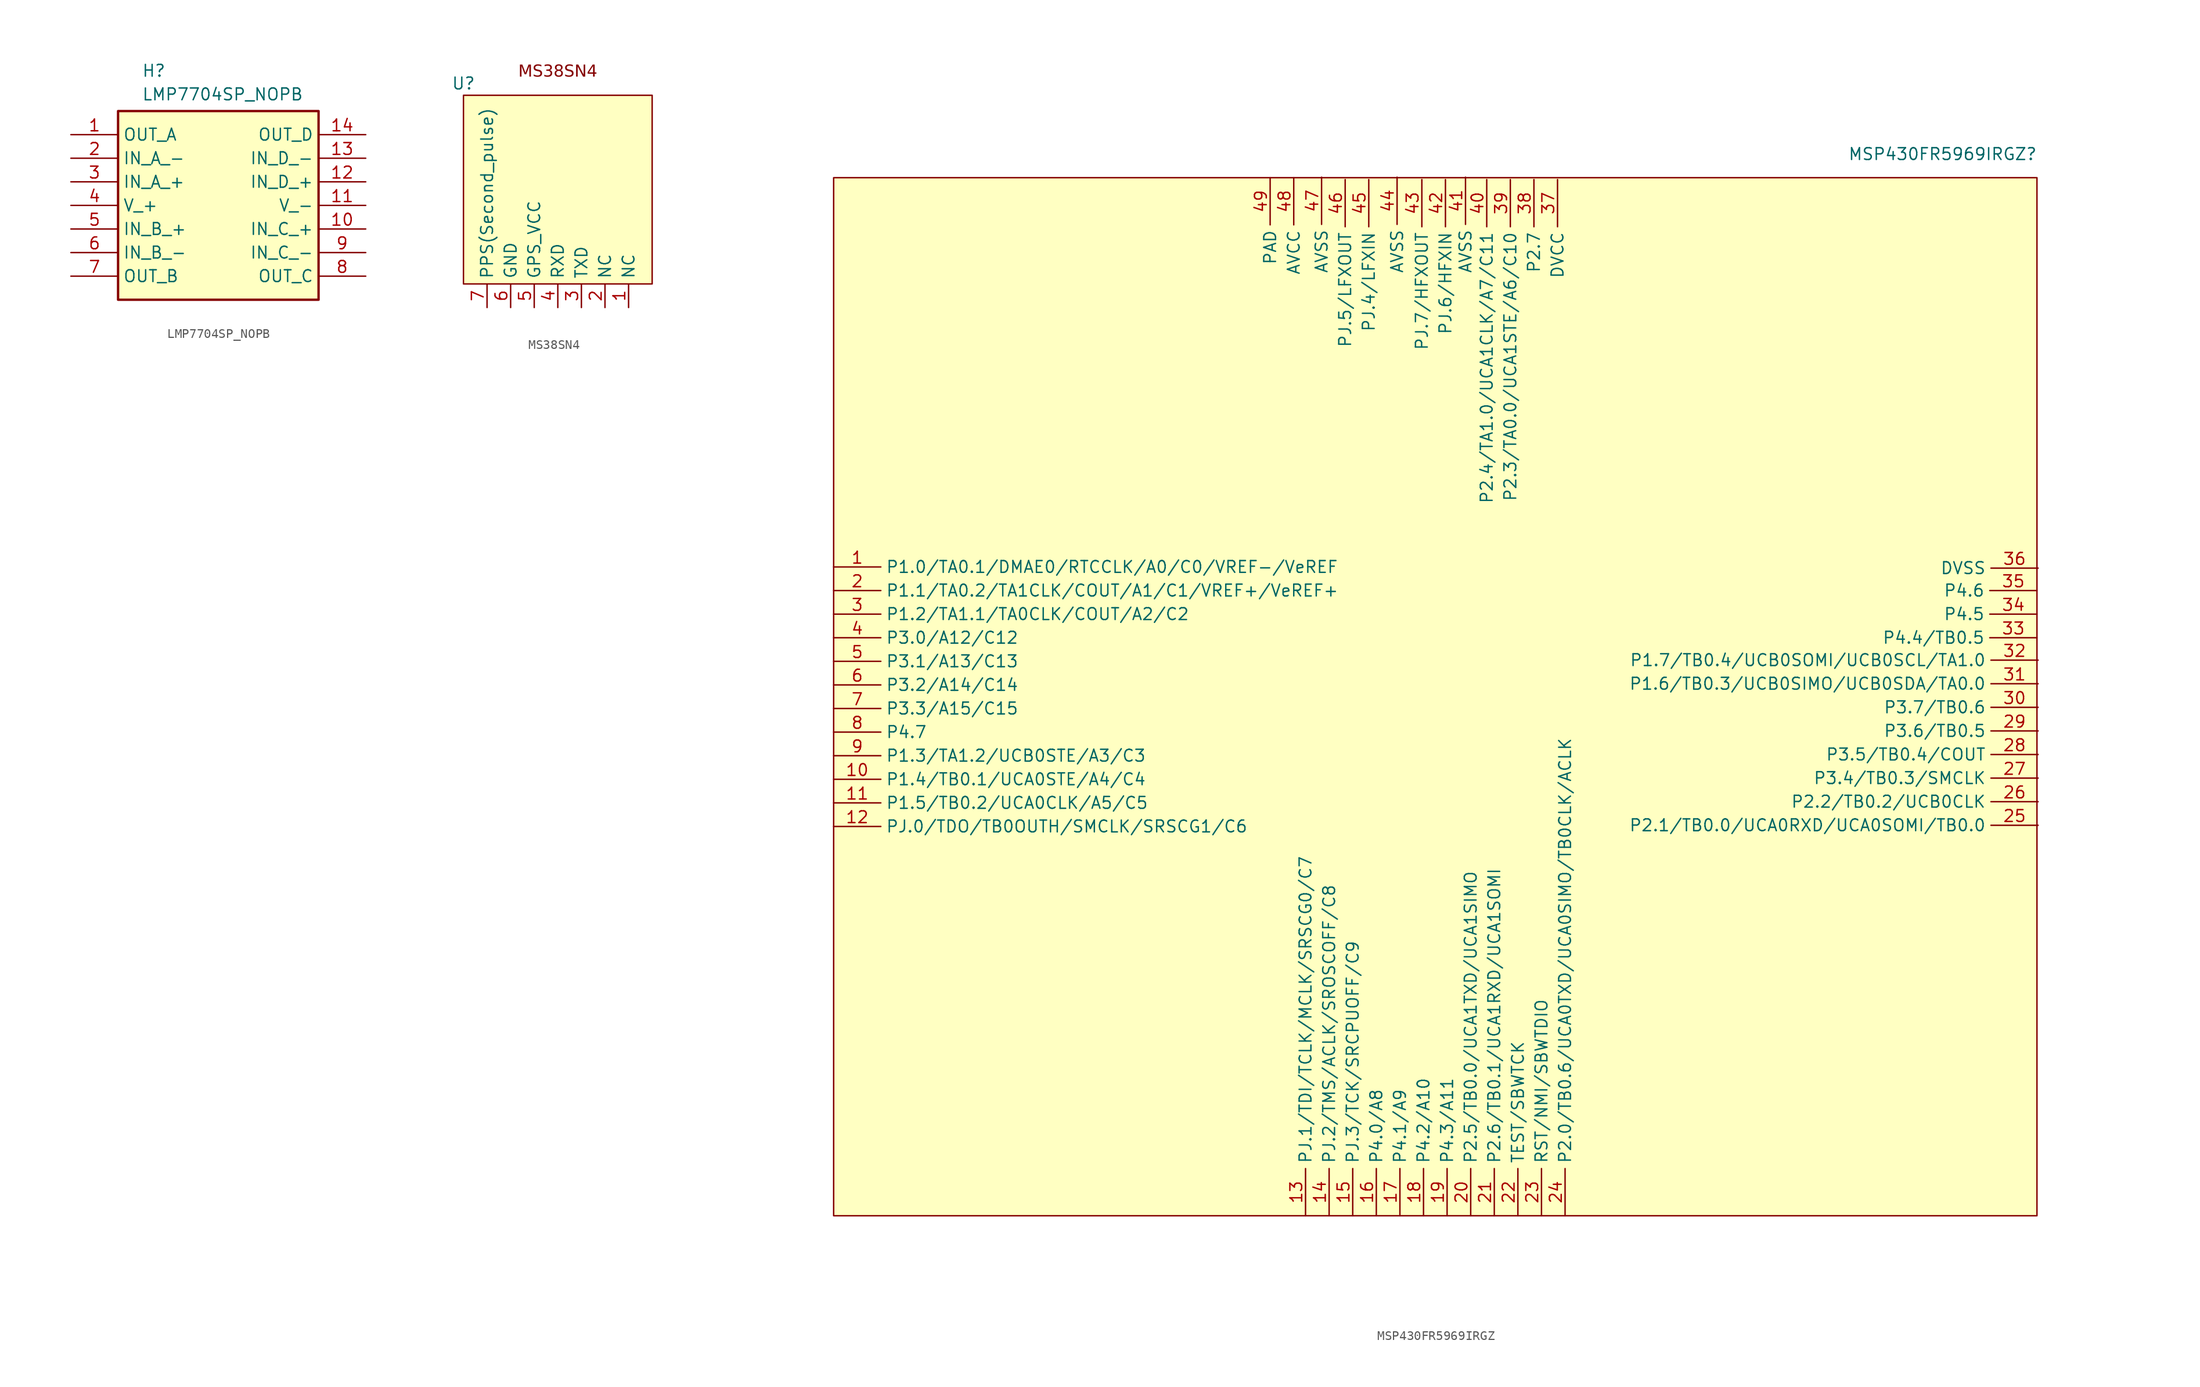
<source format=kicad_sym>
(kicad_symbol_lib
  (version 20220914)
  (generator kicad_symbol_editor)
  (symbol "LMP7704SP_NOPB"
    (property "Reference" "H"
      (at -7.62 15.24 0)
      (effects (font (size 1.27 1.27)) (justify left top)))
    (property "Value" "LMP7704SP_NOPB"
      (at -7.62 12.7 0)
      (effects (font (size 1.27 1.27)) (justify left top)))
    (symbol "LMP7704SP_NOPB_1_1"
      (rectangle (start -10.16 10.16) (end 11.43 -10.16) (stroke (width 0.254) (type default)) (fill (type background)))
      (pin passive line (at -15.24 7.62 0) (length 5.08) (name "OUT_A" (effects (font (size 1.27 1.27)))) (number "1" (effects (font (size 1.27 1.27)))))
      (pin passive line (at 16.51 -2.54 180) (length 5.08) (name "IN_C_+" (effects (font (size 1.27 1.27)))) (number "10" (effects (font (size 1.27 1.27)))))
      (pin passive line (at 16.51 0 180) (length 5.08) (name "V_-" (effects (font (size 1.27 1.27)))) (number "11" (effects (font (size 1.27 1.27)))))
      (pin passive line (at 16.51 2.54 180) (length 5.08) (name "IN_D_+" (effects (font (size 1.27 1.27)))) (number "12" (effects (font (size 1.27 1.27)))))
      (pin passive line (at 16.51 5.08 180) (length 5.08) (name "IN_D_-" (effects (font (size 1.27 1.27)))) (number "13" (effects (font (size 1.27 1.27)))))
      (pin passive line (at 16.51 7.62 180) (length 5.08) (name "OUT_D" (effects (font (size 1.27 1.27)))) (number "14" (effects (font (size 1.27 1.27)))))
      (pin passive line (at -15.24 5.08 0) (length 5.08) (name "IN_A_-" (effects (font (size 1.27 1.27)))) (number "2" (effects (font (size 1.27 1.27)))))
      (pin passive line (at -15.24 2.54 0) (length 5.08) (name "IN_A_+" (effects (font (size 1.27 1.27)))) (number "3" (effects (font (size 1.27 1.27)))))
      (pin passive line (at -15.24 0 0) (length 5.08) (name "V_+" (effects (font (size 1.27 1.27)))) (number "4" (effects (font (size 1.27 1.27)))))
      (pin passive line (at -15.24 -2.54 0) (length 5.08) (name "IN_B_+" (effects (font (size 1.27 1.27)))) (number "5" (effects (font (size 1.27 1.27)))))
      (pin passive line (at -15.24 -5.08 0) (length 5.08) (name "IN_B_-" (effects (font (size 1.27 1.27)))) (number "6" (effects (font (size 1.27 1.27)))))
      (pin passive line (at -15.24 -7.62 0) (length 5.08) (name "OUT_B" (effects (font (size 1.27 1.27)))) (number "7" (effects (font (size 1.27 1.27)))))
      (pin passive line (at 16.51 -7.62 180) (length 5.08) (name "OUT_C" (effects (font (size 1.27 1.27)))) (number "8" (effects (font (size 1.27 1.27)))))
      (pin passive line (at 16.51 -5.08 180) (length 5.08) (name "IN_C_-" (effects (font (size 1.27 1.27)))) (number "9" (effects (font (size 1.27 1.27)))))))
  (symbol "MS38SN4"
    (property "Reference" "U"
      (at -10.16 11.43 0)
      (effects (font (size 1.27 1.27))))
    (property "Value" ""
      (at -6.35 3.81 0)
      (effects (font (size 1.27 1.27))))
    (symbol "MS38SN4_0_0"
      (text "" (at -2.54 -7.62 0) (effects (font (size 1.27 1.27)))))
    (symbol "MS38SN4_1_1"
      (rectangle (start -10.16 10.16) (end 10.16 -10.16) (stroke (width 0) (type default)) (fill (type background)))
      (text "MS38SN4" (at 0 12.7 0) (effects (font (face "Verdana") (size 1.27 1.27))))
      (pin passive line (at 7.62 -12.7 90) (length 2.54) (name "NC" (effects (font (size 1.27 1.27)))) (number "1" (effects (font (size 1.27 1.27)))))
      (pin passive line (at 5.08 -12.7 90) (length 2.54) (name "NC" (effects (font (size 1.27 1.27)))) (number "2" (effects (font (size 1.27 1.27)))))
      (pin output line (at 2.54 -12.7 90) (length 2.54) (name "TXD" (effects (font (size 1.27 1.27)))) (number "3" (effects (font (size 1.27 1.27)))))
      (pin input line (at 0 -12.7 90) (length 2.54) (name "RXD" (effects (font (size 1.27 1.27)))) (number "4" (effects (font (size 1.27 1.27)))))
      (pin power_in line (at -2.54 -12.7 90) (length 2.54) (name "GPS_VCC" (effects (font (size 1.27 1.27)))) (number "5" (effects (font (size 1.27 1.27)))))
      (pin passive line (at -5.08 -12.7 90) (length 2.54) (name "GND" (effects (font (size 1.27 1.27)))) (number "6" (effects (font (size 1.27 1.27)))))
      (pin passive line (at -7.62 -12.7 90) (length 2.54) (name "PPS(Second_pulse)" (effects (font (size 1.27 1.27)))) (number "7" (effects (font (size 1.27 1.27)))))))
  (symbol "MSP430FR5969IRGZ"
    (property "Reference" "MSP430FR5969IRGZ"
      (at 57.15 58.42 0)
      (effects (font (size 1.27 1.27))))
    (property "Value" ""
      (at 10.16 16.51 0)
      (effects (font (size 1.27 1.27))))
    (symbol "MSP430FR5969IRGZ_1_1"
      (rectangle (start -62.23 55.88) (end 67.31 -55.88) (stroke (width 0) (type default)) (fill (type background)))
      (pin passive line (at -62.23 13.97 0) (length 5.08) (name "P1.0/TA0.1/DMAE0/RTCCLK/A0/C0/VREF-/VeREF" (effects (font (size 1.27 1.27)))) (number "1" (effects (font (size 1.27 1.27)))))
      (pin passive line (at -62.23 -8.89 0) (length 5.08) (name "P1.4/TB0.1/UCA0STE/A4/C4" (effects (font (size 1.27 1.27)))) (number "10" (effects (font (size 1.27 1.27)))))
      (pin passive line (at -62.23 -11.43 0) (length 5.08) (name "P1.5/TB0.2/UCA0CLK/A5/C5" (effects (font (size 1.27 1.27)))) (number "11" (effects (font (size 1.27 1.27)))))
      (pin passive line (at -62.23 -13.97 0) (length 5.08) (name "PJ.0/TDO/TB0OUTH/SMCLK/SRSCG1/C6" (effects (font (size 1.27 1.27)))) (number "12" (effects (font (size 1.27 1.27)))))
      (pin passive line (at -11.43 -55.88 90) (length 5.08) (name "PJ.1/TDI/TCLK/MCLK/SRSCG0/C7" (effects (font (size 1.27 1.27)))) (number "13" (effects (font (size 1.27 1.27)))))
      (pin passive line (at -8.89 -55.88 90) (length 5.08) (name "PJ.2/TMS/ACLK/SROSCOFF/C8" (effects (font (size 1.27 1.27)))) (number "14" (effects (font (size 1.27 1.27)))))
      (pin passive line (at -6.35 -55.88 90) (length 5.08) (name "PJ.3/TCK/SRCPUOFF/C9" (effects (font (size 1.27 1.27)))) (number "15" (effects (font (size 1.27 1.27)))))
      (pin passive line (at -3.81 -55.88 90) (length 5.08) (name "P4.0/A8" (effects (font (size 1.27 1.27)))) (number "16" (effects (font (size 1.27 1.27)))))
      (pin passive line (at -1.27 -55.88 90) (length 5.08) (name "P4.1/A9" (effects (font (size 1.27 1.27)))) (number "17" (effects (font (size 1.27 1.27)))))
      (pin passive line (at 1.27 -55.88 90) (length 5.08) (name "P4.2/A10" (effects (font (size 1.27 1.27)))) (number "18" (effects (font (size 1.27 1.27)))))
      (pin passive line (at 3.81 -55.88 90) (length 5.08) (name "P4.3/A11" (effects (font (size 1.27 1.27)))) (number "19" (effects (font (size 1.27 1.27)))))
      (pin passive line (at -62.23 11.43 0) (length 5.08) (name "P1.1/TA0.2/TA1CLK/COUT/A1/C1/VREF+/VeREF+" (effects (font (size 1.27 1.27)))) (number "2" (effects (font (size 1.27 1.27)))))
      (pin passive line (at 6.35 -55.88 90) (length 5.08) (name "P2.5/TB0.0/UCA1TXD/UCA1SIMO" (effects (font (size 1.27 1.27)))) (number "20" (effects (font (size 1.27 1.27)))))
      (pin passive line (at 8.89 -55.88 90) (length 5.08) (name "P2.6/TB0.1/UCA1RXD/UCA1SOMI" (effects (font (size 1.27 1.27)))) (number "21" (effects (font (size 1.27 1.27)))))
      (pin passive line (at 11.43 -55.88 90) (length 5.08) (name "TEST/SBWTCK" (effects (font (size 1.27 1.27)))) (number "22" (effects (font (size 1.27 1.27)))))
      (pin passive line (at 13.97 -55.88 90) (length 5.08) (name "RST/NMI/SBWTDIO" (effects (font (size 1.27 1.27)))) (number "23" (effects (font (size 1.27 1.27)))))
      (pin passive line (at 16.51 -55.88 90) (length 5.08) (name "P2.0/TB0.6/UCA0TXD/UCA0SIMO/TB0CLK/ACLK" (effects (font (size 1.27 1.27)))) (number "24" (effects (font (size 1.27 1.27)))))
      (pin passive line (at 67.437 -13.843 180) (length 5.08) (name "P2.1/TB0.0/UCA0RXD/UCA0SOMI/TB0.0" (effects (font (size 1.27 1.27)))) (number "25" (effects (font (size 1.27 1.27)))))
      (pin passive line (at 67.437 -11.303 180) (length 5.08) (name "P2.2/TB0.2/UCB0CLK" (effects (font (size 1.27 1.27)))) (number "26" (effects (font (size 1.27 1.27)))))
      (pin passive line (at 67.437 -8.763 180) (length 5.08) (name "P3.4/TB0.3/SMCLK" (effects (font (size 1.27 1.27)))) (number "27" (effects (font (size 1.27 1.27)))))
      (pin passive line (at 67.437 -6.223 180) (length 5.08) (name "P3.5/TB0.4/COUT" (effects (font (size 1.27 1.27)))) (number "28" (effects (font (size 1.27 1.27)))))
      (pin passive line (at 67.437 -3.683 180) (length 5.08) (name "P3.6/TB0.5" (effects (font (size 1.27 1.27)))) (number "29" (effects (font (size 1.27 1.27)))))
      (pin passive line (at -62.23 8.89 0) (length 5.08) (name "P1.2/TA1.1/TA0CLK/COUT/A2/C2" (effects (font (size 1.27 1.27)))) (number "3" (effects (font (size 1.27 1.27)))))
      (pin passive line (at 67.437 -1.143 180) (length 5.08) (name "P3.7/TB0.6" (effects (font (size 1.27 1.27)))) (number "30" (effects (font (size 1.27 1.27)))))
      (pin passive line (at 67.437 1.397 180) (length 5.08) (name "P1.6/TB0.3/UCB0SIMO/UCB0SDA/TA0.0" (effects (font (size 1.27 1.27)))) (number "31" (effects (font (size 1.27 1.27)))))
      (pin passive line (at 67.437 3.937 180) (length 5.08) (name "P1.7/TB0.4/UCB0SOMI/UCB0SCL/TA1.0" (effects (font (size 1.27 1.27)))) (number "32" (effects (font (size 1.27 1.27)))))
      (pin passive line (at 67.31 6.35 180) (length 5.08) (name "P4.4/TB0.5" (effects (font (size 1.27 1.27)))) (number "33" (effects (font (size 1.27 1.27)))))
      (pin passive line (at 67.31 8.89 180) (length 5.08) (name "P4.5" (effects (font (size 1.27 1.27)))) (number "34" (effects (font (size 1.27 1.27)))))
      (pin passive line (at 67.31 11.43 180) (length 5.08) (name "P4.6" (effects (font (size 1.27 1.27)))) (number "35" (effects (font (size 1.27 1.27)))))
      (pin passive line (at 67.437 13.843 180) (length 5.08) (name "DVSS" (effects (font (size 1.27 1.27)))) (number "36" (effects (font (size 1.27 1.27)))))
      (pin passive line (at 15.697 55.677 270) (length 5.08) (name "DVCC" (effects (font (size 1.27 1.27)))) (number "37" (effects (font (size 1.27 1.27)))))
      (pin passive line (at 13.157 55.677 270) (length 5.08) (name "P2.7" (effects (font (size 1.27 1.27)))) (number "38" (effects (font (size 1.27 1.27)))))
      (pin passive line (at 10.617 55.677 270) (length 5.08) (name "P2.3/TA0.0/UCA1STE/A6/C10" (effects (font (size 1.27 1.27)))) (number "39" (effects (font (size 1.27 1.27)))))
      (pin passive line (at -62.23 6.35 0) (length 5.08) (name "P3.0/A12/C12" (effects (font (size 1.27 1.27)))) (number "4" (effects (font (size 1.27 1.27)))))
      (pin passive line (at 8.077 55.677 270) (length 5.08) (name "P2.4/TA1.0/UCA1CLK/A7/C11" (effects (font (size 1.27 1.27)))) (number "40" (effects (font (size 1.27 1.27)))))
      (pin passive line (at 5.791 55.931 270) (length 5.08) (name "AVSS" (effects (font (size 1.27 1.27)))) (number "41" (effects (font (size 1.27 1.27)))))
      (pin passive line (at 3.632 55.677 270) (length 5.08) (name "PJ.6/HFXIN" (effects (font (size 1.27 1.27)))) (number "42" (effects (font (size 1.27 1.27)))))
      (pin passive line (at 1.092 55.677 270) (length 5.08) (name "PJ.7/HFXOUT" (effects (font (size 1.27 1.27)))) (number "43" (effects (font (size 1.27 1.27)))))
      (pin passive line (at -1.575 55.931 270) (length 5.08) (name "AVSS" (effects (font (size 1.27 1.27)))) (number "44" (effects (font (size 1.27 1.27)))))
      (pin passive line (at -4.623 55.677 270) (length 5.08) (name "PJ.4/LFXIN" (effects (font (size 1.27 1.27)))) (number "45" (effects (font (size 1.27 1.27)))))
      (pin passive line (at -7.163 55.677 270) (length 5.08) (name "PJ.5/LFXOUT" (effects (font (size 1.27 1.27)))) (number "46" (effects (font (size 1.27 1.27)))))
      (pin passive line (at -9.703 55.931 270) (length 5.08) (name "AVSS" (effects (font (size 1.27 1.27)))) (number "47" (effects (font (size 1.27 1.27)))))
      (pin passive line (at -12.7 55.88 270) (length 5.08) (name "AVCC" (effects (font (size 1.27 1.27)))) (number "48" (effects (font (size 1.27 1.27)))))
      (pin passive line (at -15.24 55.88 270) (length 5.08) (name "PAD" (effects (font (size 1.27 1.27)))) (number "49" (effects (font (size 1.27 1.27)))))
      (pin passive line (at -62.23 3.81 0) (length 5.08) (name "P3.1/A13/C13" (effects (font (size 1.27 1.27)))) (number "5" (effects (font (size 1.27 1.27)))))
      (pin passive line (at -62.23 1.27 0) (length 5.08) (name "P3.2/A14/C14" (effects (font (size 1.27 1.27)))) (number "6" (effects (font (size 1.27 1.27)))))
      (pin passive line (at -62.23 -1.27 0) (length 5.08) (name "P3.3/A15/C15" (effects (font (size 1.27 1.27)))) (number "7" (effects (font (size 1.27 1.27)))))
      (pin passive line (at -62.23 -3.81 0) (length 5.08) (name "P4.7" (effects (font (size 1.27 1.27)))) (number "8" (effects (font (size 1.27 1.27)))))
      (pin passive line (at -62.23 -6.35 0) (length 5.08) (name "P1.3/TA1.2/UCB0STE/A3/C3" (effects (font (size 1.27 1.27)))) (number "9" (effects (font (size 1.27 1.27))))))))
</source>
